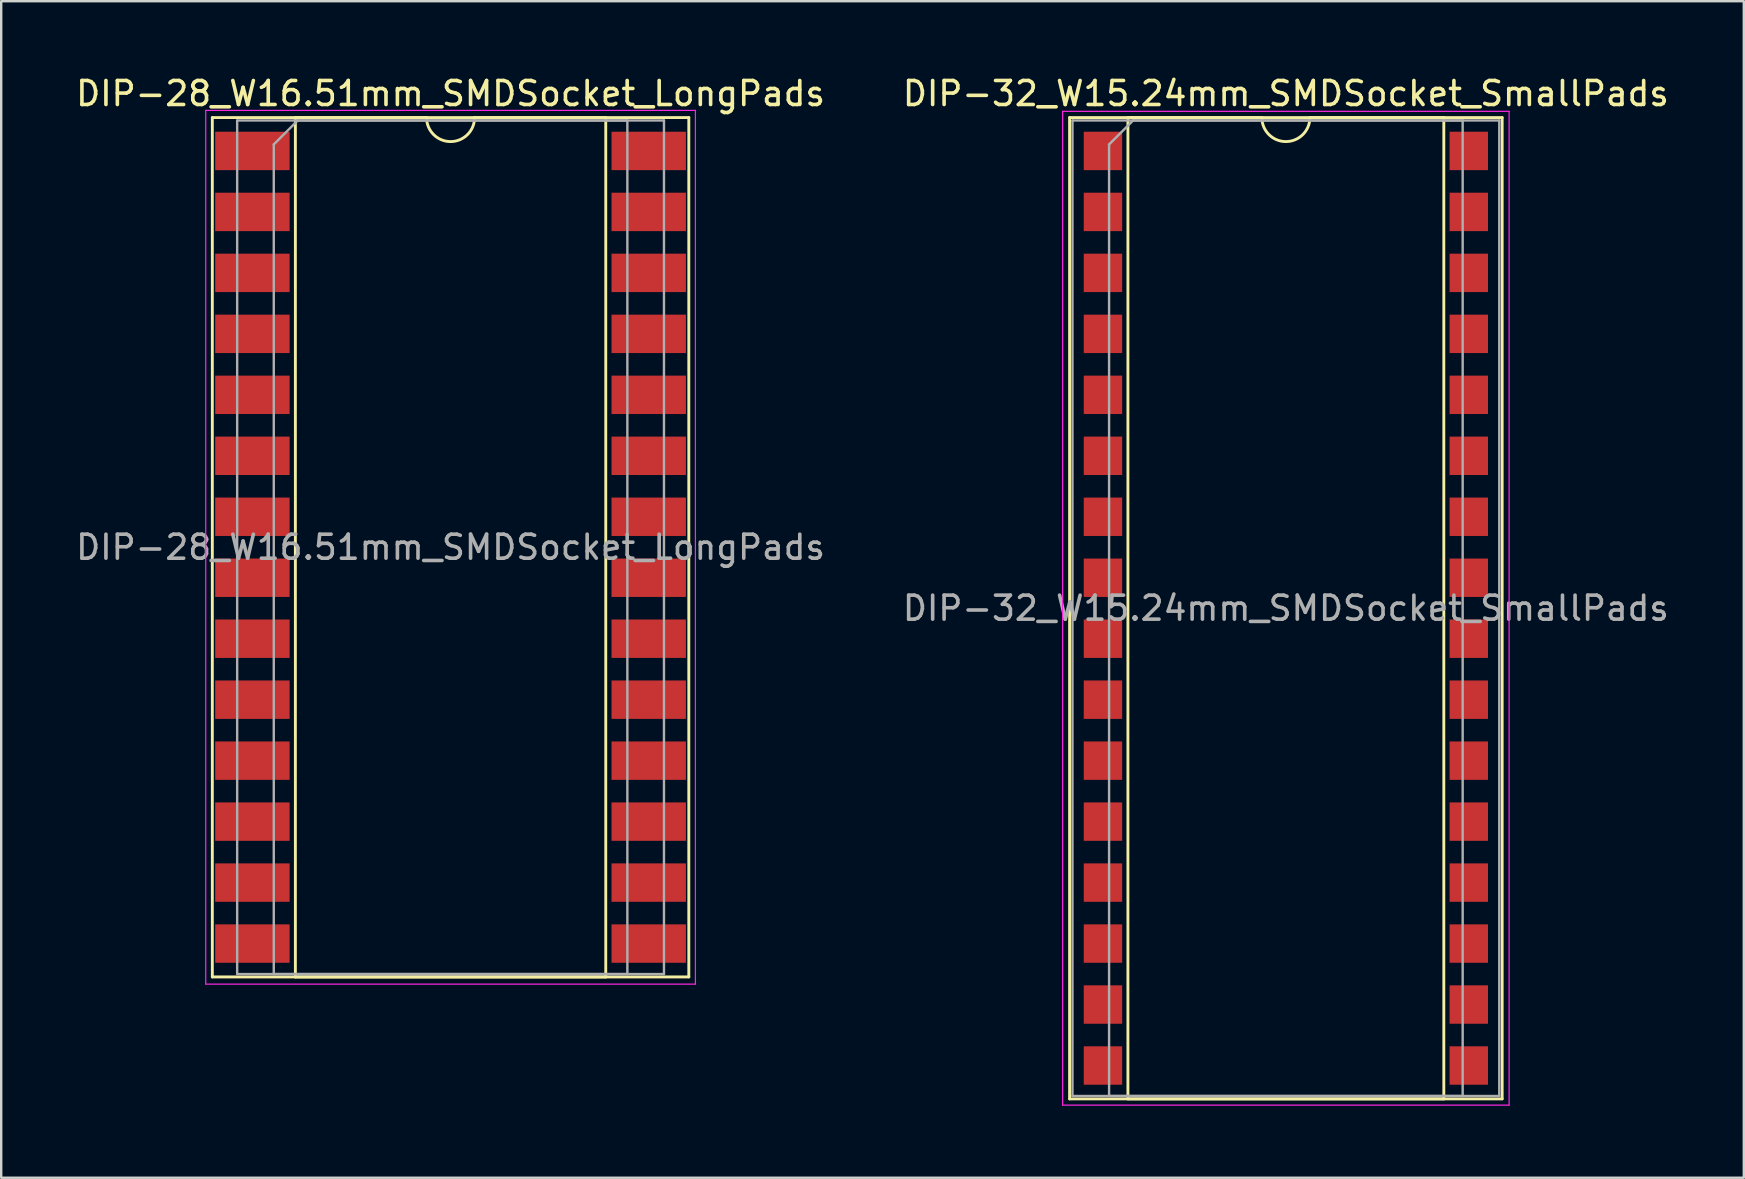
<source format=kicad_pcb>
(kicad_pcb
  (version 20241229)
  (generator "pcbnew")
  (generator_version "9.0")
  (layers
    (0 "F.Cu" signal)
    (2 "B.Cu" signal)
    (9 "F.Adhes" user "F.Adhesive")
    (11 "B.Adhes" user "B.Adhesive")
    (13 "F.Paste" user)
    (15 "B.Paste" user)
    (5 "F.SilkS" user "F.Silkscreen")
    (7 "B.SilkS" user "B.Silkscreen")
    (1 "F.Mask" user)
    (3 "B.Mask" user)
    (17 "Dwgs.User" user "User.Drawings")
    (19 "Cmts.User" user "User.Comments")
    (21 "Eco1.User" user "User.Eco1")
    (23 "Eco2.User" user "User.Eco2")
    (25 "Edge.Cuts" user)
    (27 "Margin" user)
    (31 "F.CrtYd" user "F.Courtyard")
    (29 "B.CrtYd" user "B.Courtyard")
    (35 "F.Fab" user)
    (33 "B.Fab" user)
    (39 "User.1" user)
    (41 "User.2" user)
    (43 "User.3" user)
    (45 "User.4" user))
  (footprint "DIP-28_W16.51mm_SMDSocket_LongPads"
    (layer "F.Cu")
    (at 15.72 19.748)
    (property "Reference" "DIP-28_W16.51mm_SMDSocket_LongPads" (at 0 -18.9 0) (layer "F.SilkS") (effects (font (size 1 1) (thickness 0.15))))
    (attr smd)
    (fp_line (start -9.925 -17.9) (end -9.925 17.9) (stroke (width 0.12) (type solid)) (layer "F.SilkS"))
    (fp_line (start -9.925 17.9) (end 9.925 17.9) (stroke (width 0.12) (type solid)) (layer "F.SilkS"))
    (fp_line (start -6.465 -17.9) (end -6.465 17.9) (stroke (width 0.12) (type solid)) (layer "F.SilkS"))
    (fp_line (start -6.465 17.9) (end 6.465 17.9) (stroke (width 0.12) (type solid)) (layer "F.SilkS"))
    (fp_line (start -1 -17.9) (end -6.465 -17.9) (stroke (width 0.12) (type solid)) (layer "F.SilkS"))
    (fp_line (start 6.465 -17.9) (end 1 -17.9) (stroke (width 0.12) (type solid)) (layer "F.SilkS"))
    (fp_line (start 6.465 17.9) (end 6.465 -17.9) (stroke (width 0.12) (type solid)) (layer "F.SilkS"))
    (fp_line (start 9.925 -17.9) (end -9.925 -17.9) (stroke (width 0.12) (type solid)) (layer "F.SilkS"))
    (fp_line (start 9.925 17.9) (end 9.925 -17.9) (stroke (width 0.12) (type solid)) (layer "F.SilkS"))
    (fp_arc (start 1 -17.9) (mid 0 -16.9) (end -1 -17.9) (stroke (width 0.12) (type solid)) (layer "F.SilkS"))
    (fp_line (start -10.2 -18.2) (end -10.2 18.2) (stroke (width 0.05) (type solid)) (layer "F.CrtYd"))
    (fp_line (start -10.2 18.2) (end 10.2 18.2) (stroke (width 0.05) (type solid)) (layer "F.CrtYd"))
    (fp_line (start 10.2 -18.2) (end -10.2 -18.2) (stroke (width 0.05) (type solid)) (layer "F.CrtYd"))
    (fp_line (start 10.2 18.2) (end 10.2 -18.2) (stroke (width 0.05) (type solid)) (layer "F.CrtYd"))
    (fp_line (start -8.89 -17.78) (end -8.89 17.78) (stroke (width 0.1) (type solid)) (layer "F.Fab"))
    (fp_line (start -8.89 17.78) (end 8.89 17.78) (stroke (width 0.1) (type solid)) (layer "F.Fab"))
    (fp_line (start -7.365 -16.78) (end -6.365 -17.78) (stroke (width 0.1) (type solid)) (layer "F.Fab"))
    (fp_line (start -7.365 17.78) (end -7.365 -16.78) (stroke (width 0.1) (type solid)) (layer "F.Fab"))
    (fp_line (start -6.365 -17.78) (end 7.365 -17.78) (stroke (width 0.1) (type solid)) (layer "F.Fab"))
    (fp_line (start 7.365 -17.78) (end 7.365 17.78) (stroke (width 0.1) (type solid)) (layer "F.Fab"))
    (fp_line (start 7.365 17.78) (end -7.365 17.78) (stroke (width 0.1) (type solid)) (layer "F.Fab"))
    (fp_line (start 8.89 -17.78) (end -8.89 -17.78) (stroke (width 0.1) (type solid)) (layer "F.Fab"))
    (fp_line (start 8.89 17.78) (end 8.89 -17.78) (stroke (width 0.1) (type solid)) (layer "F.Fab"))
    (fp_text user "${REFERENCE}" (at 0 0 0) (layer "F.Fab") (effects (font (size 1 1) (thickness 0.15))))
    (pad "1" smd rect (at -8.255 -16.51) (size 3.1 1.6) (layers "F.Cu" "F.Mask" "F.Paste"))
    (pad "2" smd rect (at -8.255 -13.97) (size 3.1 1.6) (layers "F.Cu" "F.Mask" "F.Paste"))
    (pad "3" smd rect (at -8.255 -11.43) (size 3.1 1.6) (layers "F.Cu" "F.Mask" "F.Paste"))
    (pad "4" smd rect (at -8.255 -8.89) (size 3.1 1.6) (layers "F.Cu" "F.Mask" "F.Paste"))
    (pad "5" smd rect (at -8.255 -6.35) (size 3.1 1.6) (layers "F.Cu" "F.Mask" "F.Paste"))
    (pad "6" smd rect (at -8.255 -3.81) (size 3.1 1.6) (layers "F.Cu" "F.Mask" "F.Paste"))
    (pad "7" smd rect (at -8.255 -1.27) (size 3.1 1.6) (layers "F.Cu" "F.Mask" "F.Paste"))
    (pad "8" smd rect (at -8.255 1.27) (size 3.1 1.6) (layers "F.Cu" "F.Mask" "F.Paste"))
    (pad "9" smd rect (at -8.255 3.81) (size 3.1 1.6) (layers "F.Cu" "F.Mask" "F.Paste"))
    (pad "10" smd rect (at -8.255 6.35) (size 3.1 1.6) (layers "F.Cu" "F.Mask" "F.Paste"))
    (pad "11" smd rect (at -8.255 8.89) (size 3.1 1.6) (layers "F.Cu" "F.Mask" "F.Paste"))
    (pad "12" smd rect (at -8.255 11.43) (size 3.1 1.6) (layers "F.Cu" "F.Mask" "F.Paste"))
    (pad "13" smd rect (at -8.255 13.97) (size 3.1 1.6) (layers "F.Cu" "F.Mask" "F.Paste"))
    (pad "14" smd rect (at -8.255 16.51) (size 3.1 1.6) (layers "F.Cu" "F.Mask" "F.Paste"))
    (pad "15" smd rect (at 8.255 16.51) (size 3.1 1.6) (layers "F.Cu" "F.Mask" "F.Paste"))
    (pad "16" smd rect (at 8.255 13.97) (size 3.1 1.6) (layers "F.Cu" "F.Mask" "F.Paste"))
    (pad "17" smd rect (at 8.255 11.43) (size 3.1 1.6) (layers "F.Cu" "F.Mask" "F.Paste"))
    (pad "18" smd rect (at 8.255 8.89) (size 3.1 1.6) (layers "F.Cu" "F.Mask" "F.Paste"))
    (pad "19" smd rect (at 8.255 6.35) (size 3.1 1.6) (layers "F.Cu" "F.Mask" "F.Paste"))
    (pad "20" smd rect (at 8.255 3.81) (size 3.1 1.6) (layers "F.Cu" "F.Mask" "F.Paste"))
    (pad "21" smd rect (at 8.255 1.27) (size 3.1 1.6) (layers "F.Cu" "F.Mask" "F.Paste"))
    (pad "22" smd rect (at 8.255 -1.27) (size 3.1 1.6) (layers "F.Cu" "F.Mask" "F.Paste"))
    (pad "23" smd rect (at 8.255 -3.81) (size 3.1 1.6) (layers "F.Cu" "F.Mask" "F.Paste"))
    (pad "24" smd rect (at 8.255 -6.35) (size 3.1 1.6) (layers "F.Cu" "F.Mask" "F.Paste"))
    (pad "25" smd rect (at 8.255 -8.89) (size 3.1 1.6) (layers "F.Cu" "F.Mask" "F.Paste"))
    (pad "26" smd rect (at 8.255 -11.43) (size 3.1 1.6) (layers "F.Cu" "F.Mask" "F.Paste"))
    (pad "27" smd rect (at 8.255 -13.97) (size 3.1 1.6) (layers "F.Cu" "F.Mask" "F.Paste"))
    (pad "28" smd rect (at 8.255 -16.51) (size 3.1 1.6) (layers "F.Cu" "F.Mask" "F.Paste")))
  (footprint "DIP-32_W15.24mm_SMDSocket_SmallPads"
    (layer "F.Cu")
    (at 50.518 22.288)
    (property "Reference" "DIP-32_W15.24mm_SMDSocket_SmallPads" (at 0 -21.44 0) (layer "F.SilkS") (effects (font (size 1 1) (thickness 0.15))))
    (attr smd)
    (fp_line (start -9.01 -20.44) (end -9.01 20.44) (stroke (width 0.12) (type solid)) (layer "F.SilkS"))
    (fp_line (start -9.01 20.44) (end 9.01 20.44) (stroke (width 0.12) (type solid)) (layer "F.SilkS"))
    (fp_line (start -6.58 -20.44) (end -6.58 20.44) (stroke (width 0.12) (type solid)) (layer "F.SilkS"))
    (fp_line (start -6.58 20.44) (end 6.58 20.44) (stroke (width 0.12) (type solid)) (layer "F.SilkS"))
    (fp_line (start -1 -20.44) (end -6.58 -20.44) (stroke (width 0.12) (type solid)) (layer "F.SilkS"))
    (fp_line (start 6.58 -20.44) (end 1 -20.44) (stroke (width 0.12) (type solid)) (layer "F.SilkS"))
    (fp_line (start 6.58 20.44) (end 6.58 -20.44) (stroke (width 0.12) (type solid)) (layer "F.SilkS"))
    (fp_line (start 9.01 -20.44) (end -9.01 -20.44) (stroke (width 0.12) (type solid)) (layer "F.SilkS"))
    (fp_line (start 9.01 20.44) (end 9.01 -20.44) (stroke (width 0.12) (type solid)) (layer "F.SilkS"))
    (fp_arc (start 1 -20.44) (mid 0 -19.44) (end -1 -20.44) (stroke (width 0.12) (type solid)) (layer "F.SilkS"))
    (fp_line (start -9.3 -20.7) (end -9.3 20.7) (stroke (width 0.05) (type solid)) (layer "F.CrtYd"))
    (fp_line (start -9.3 20.7) (end 9.3 20.7) (stroke (width 0.05) (type solid)) (layer "F.CrtYd"))
    (fp_line (start 9.3 -20.7) (end -9.3 -20.7) (stroke (width 0.05) (type solid)) (layer "F.CrtYd"))
    (fp_line (start 9.3 20.7) (end 9.3 -20.7) (stroke (width 0.05) (type solid)) (layer "F.CrtYd"))
    (fp_line (start -8.89 -20.32) (end -8.89 20.32) (stroke (width 0.1) (type solid)) (layer "F.Fab"))
    (fp_line (start -8.89 20.32) (end 8.89 20.32) (stroke (width 0.1) (type solid)) (layer "F.Fab"))
    (fp_line (start -7.365 -19.32) (end -6.365 -20.32) (stroke (width 0.1) (type solid)) (layer "F.Fab"))
    (fp_line (start -7.365 20.32) (end -7.365 -19.32) (stroke (width 0.1) (type solid)) (layer "F.Fab"))
    (fp_line (start -6.365 -20.32) (end 7.365 -20.32) (stroke (width 0.1) (type solid)) (layer "F.Fab"))
    (fp_line (start 7.365 -20.32) (end 7.365 20.32) (stroke (width 0.1) (type solid)) (layer "F.Fab"))
    (fp_line (start 7.365 20.32) (end -7.365 20.32) (stroke (width 0.1) (type solid)) (layer "F.Fab"))
    (fp_line (start 8.89 -20.32) (end -8.89 -20.32) (stroke (width 0.1) (type solid)) (layer "F.Fab"))
    (fp_line (start 8.89 20.32) (end 8.89 -20.32) (stroke (width 0.1) (type solid)) (layer "F.Fab"))
    (fp_text user "${REFERENCE}" (at 0 0 0) (layer "F.Fab") (effects (font (size 1 1) (thickness 0.15))))
    (pad "1" smd rect (at -7.62 -19.05) (size 1.6 1.6) (layers "F.Cu" "F.Mask" "F.Paste"))
    (pad "2" smd rect (at -7.62 -16.51) (size 1.6 1.6) (layers "F.Cu" "F.Mask" "F.Paste"))
    (pad "3" smd rect (at -7.62 -13.97) (size 1.6 1.6) (layers "F.Cu" "F.Mask" "F.Paste"))
    (pad "4" smd rect (at -7.62 -11.43) (size 1.6 1.6) (layers "F.Cu" "F.Mask" "F.Paste"))
    (pad "5" smd rect (at -7.62 -8.89) (size 1.6 1.6) (layers "F.Cu" "F.Mask" "F.Paste"))
    (pad "6" smd rect (at -7.62 -6.35) (size 1.6 1.6) (layers "F.Cu" "F.Mask" "F.Paste"))
    (pad "7" smd rect (at -7.62 -3.81) (size 1.6 1.6) (layers "F.Cu" "F.Mask" "F.Paste"))
    (pad "8" smd rect (at -7.62 -1.27) (size 1.6 1.6) (layers "F.Cu" "F.Mask" "F.Paste"))
    (pad "9" smd rect (at -7.62 1.27) (size 1.6 1.6) (layers "F.Cu" "F.Mask" "F.Paste"))
    (pad "10" smd rect (at -7.62 3.81) (size 1.6 1.6) (layers "F.Cu" "F.Mask" "F.Paste"))
    (pad "11" smd rect (at -7.62 6.35) (size 1.6 1.6) (layers "F.Cu" "F.Mask" "F.Paste"))
    (pad "12" smd rect (at -7.62 8.89) (size 1.6 1.6) (layers "F.Cu" "F.Mask" "F.Paste"))
    (pad "13" smd rect (at -7.62 11.43) (size 1.6 1.6) (layers "F.Cu" "F.Mask" "F.Paste"))
    (pad "14" smd rect (at -7.62 13.97) (size 1.6 1.6) (layers "F.Cu" "F.Mask" "F.Paste"))
    (pad "15" smd rect (at -7.62 16.51) (size 1.6 1.6) (layers "F.Cu" "F.Mask" "F.Paste"))
    (pad "16" smd rect (at -7.62 19.05) (size 1.6 1.6) (layers "F.Cu" "F.Mask" "F.Paste"))
    (pad "17" smd rect (at 7.62 19.05) (size 1.6 1.6) (layers "F.Cu" "F.Mask" "F.Paste"))
    (pad "18" smd rect (at 7.62 16.51) (size 1.6 1.6) (layers "F.Cu" "F.Mask" "F.Paste"))
    (pad "19" smd rect (at 7.62 13.97) (size 1.6 1.6) (layers "F.Cu" "F.Mask" "F.Paste"))
    (pad "20" smd rect (at 7.62 11.43) (size 1.6 1.6) (layers "F.Cu" "F.Mask" "F.Paste"))
    (pad "21" smd rect (at 7.62 8.89) (size 1.6 1.6) (layers "F.Cu" "F.Mask" "F.Paste"))
    (pad "22" smd rect (at 7.62 6.35) (size 1.6 1.6) (layers "F.Cu" "F.Mask" "F.Paste"))
    (pad "23" smd rect (at 7.62 3.81) (size 1.6 1.6) (layers "F.Cu" "F.Mask" "F.Paste"))
    (pad "24" smd rect (at 7.62 1.27) (size 1.6 1.6) (layers "F.Cu" "F.Mask" "F.Paste"))
    (pad "25" smd rect (at 7.62 -1.27) (size 1.6 1.6) (layers "F.Cu" "F.Mask" "F.Paste"))
    (pad "26" smd rect (at 7.62 -3.81) (size 1.6 1.6) (layers "F.Cu" "F.Mask" "F.Paste"))
    (pad "27" smd rect (at 7.62 -6.35) (size 1.6 1.6) (layers "F.Cu" "F.Mask" "F.Paste"))
    (pad "28" smd rect (at 7.62 -8.89) (size 1.6 1.6) (layers "F.Cu" "F.Mask" "F.Paste"))
    (pad "29" smd rect (at 7.62 -11.43) (size 1.6 1.6) (layers "F.Cu" "F.Mask" "F.Paste"))
    (pad "30" smd rect (at 7.62 -13.97) (size 1.6 1.6) (layers "F.Cu" "F.Mask" "F.Paste"))
    (pad "31" smd rect (at 7.62 -16.51) (size 1.6 1.6) (layers "F.Cu" "F.Mask" "F.Paste"))
    (pad "32" smd rect (at 7.62 -19.05) (size 1.6 1.6) (layers "F.Cu" "F.Mask" "F.Paste")))
  (gr_rect
    (start -3 -3)
    (end 69.595 46.013)
    (stroke (width 0.1) (type default))
    (fill no)
    (layer "Edge.Cuts")))
</source>
